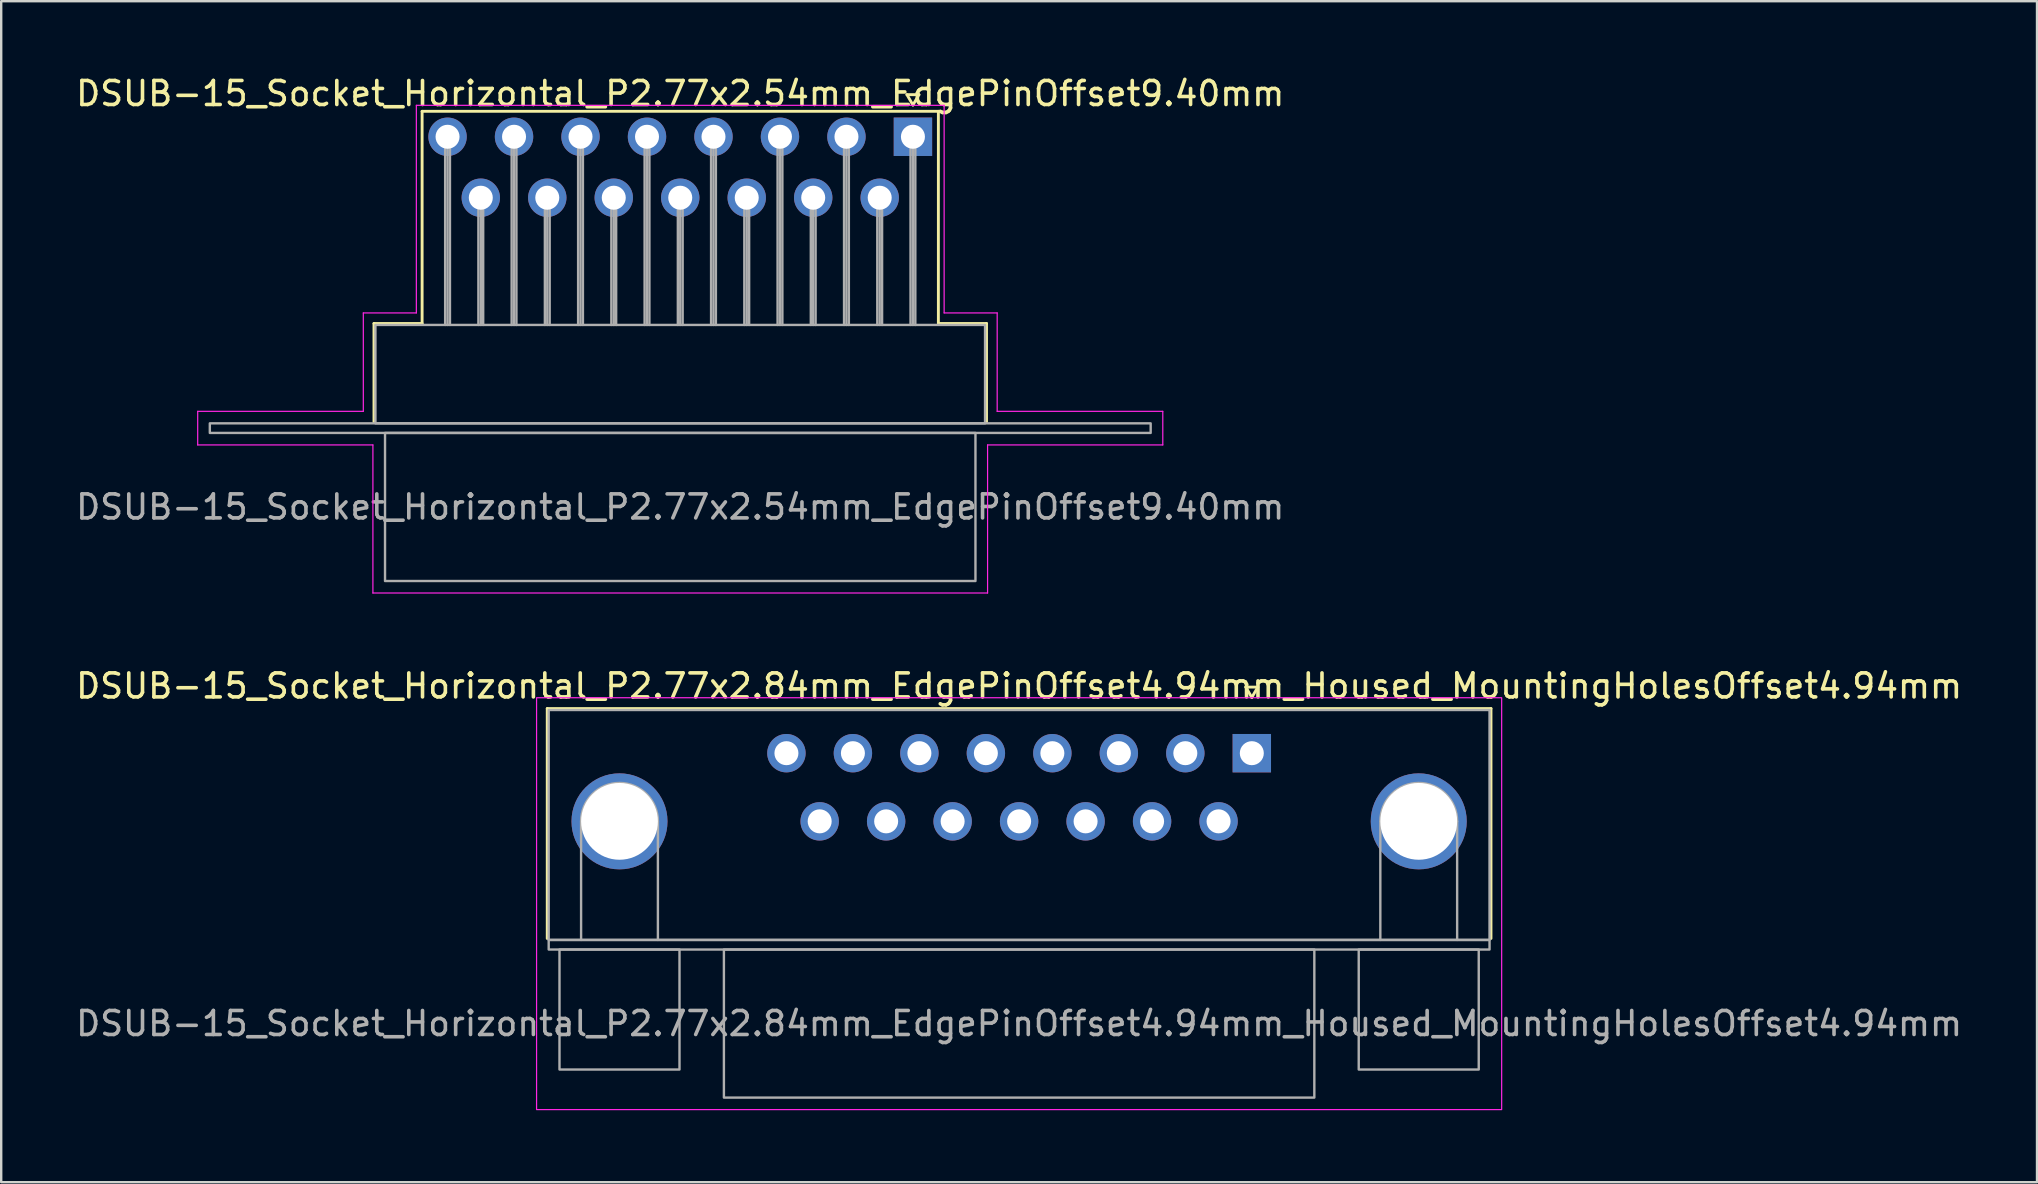
<source format=kicad_pcb>
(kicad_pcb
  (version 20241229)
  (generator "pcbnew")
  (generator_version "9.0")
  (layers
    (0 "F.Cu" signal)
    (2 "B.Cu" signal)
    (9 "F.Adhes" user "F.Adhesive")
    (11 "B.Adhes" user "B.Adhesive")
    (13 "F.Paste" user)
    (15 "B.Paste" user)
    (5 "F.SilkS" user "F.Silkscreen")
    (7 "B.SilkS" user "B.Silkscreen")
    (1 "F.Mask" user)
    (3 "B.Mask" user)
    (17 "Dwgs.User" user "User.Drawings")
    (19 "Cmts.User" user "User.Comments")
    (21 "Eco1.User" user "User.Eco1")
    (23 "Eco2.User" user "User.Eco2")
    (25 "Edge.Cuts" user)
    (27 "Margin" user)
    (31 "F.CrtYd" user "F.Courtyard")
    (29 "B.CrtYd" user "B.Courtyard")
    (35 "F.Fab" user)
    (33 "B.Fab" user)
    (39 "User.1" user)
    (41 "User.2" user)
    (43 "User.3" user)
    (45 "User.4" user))
  (footprint "DSUB-15_Socket_Horizontal_P2.77x2.54mm_EdgePinOffset9.40mm"
    (layer "F.Cu")
    (at 34.987 2.648)
    (property "Reference" "DSUB-15_Socket_Horizontal_P2.77x2.54mm_EdgePinOffset9.40mm" (at -9.695 -1.8 0) (layer "F.SilkS") (effects (font (size 1 1) (thickness 0.15))))
    (attr through_hole)
    (fp_line (start -22.455 7.78) (end -20.45 7.78) (stroke (width 0.12) (type solid)) (layer "F.SilkS"))
    (fp_line (start -22.455 11.88) (end -22.455 7.78) (stroke (width 0.12) (type solid)) (layer "F.SilkS"))
    (fp_line (start -20.45 -1.06) (end 1.06 -1.06) (stroke (width 0.12) (type solid)) (layer "F.SilkS"))
    (fp_line (start -20.45 7.78) (end -20.45 -1.06) (stroke (width 0.12) (type solid)) (layer "F.SilkS"))
    (fp_line (start -0.25 -1.754) (end 0.25 -1.754) (stroke (width 0.12) (type solid)) (layer "F.SilkS"))
    (fp_line (start 0 -1.321) (end -0.25 -1.754) (stroke (width 0.12) (type solid)) (layer "F.SilkS"))
    (fp_line (start 0.25 -1.754) (end 0 -1.321) (stroke (width 0.12) (type solid)) (layer "F.SilkS"))
    (fp_line (start 1.06 -1.06) (end 1.06 7.78) (stroke (width 0.12) (type solid)) (layer "F.SilkS"))
    (fp_line (start 1.06 7.78) (end 3.065 7.78) (stroke (width 0.12) (type solid)) (layer "F.SilkS"))
    (fp_line (start 3.065 7.78) (end 3.065 11.88) (stroke (width 0.12) (type solid)) (layer "F.SilkS"))
    (fp_line (start -29.8 11.44) (end -22.9 11.44) (stroke (width 0.05) (type solid)) (layer "F.CrtYd"))
    (fp_line (start -29.8 12.84) (end -29.8 11.44) (stroke (width 0.05) (type solid)) (layer "F.CrtYd"))
    (fp_line (start -22.9 7.34) (end -20.69 7.34) (stroke (width 0.05) (type solid)) (layer "F.CrtYd"))
    (fp_line (start -22.9 11.44) (end -22.9 7.34) (stroke (width 0.05) (type solid)) (layer "F.CrtYd"))
    (fp_line (start -22.5 12.84) (end -29.8 12.84) (stroke (width 0.05) (type solid)) (layer "F.CrtYd"))
    (fp_line (start -22.5 19.01) (end -22.5 12.84) (stroke (width 0.05) (type solid)) (layer "F.CrtYd"))
    (fp_line (start -20.69 -1.31) (end 1.3 -1.31) (stroke (width 0.05) (type solid)) (layer "F.CrtYd"))
    (fp_line (start -20.69 7.34) (end -20.69 -1.31) (stroke (width 0.05) (type solid)) (layer "F.CrtYd"))
    (fp_line (start 1.3 -1.31) (end 1.3 7.34) (stroke (width 0.05) (type solid)) (layer "F.CrtYd"))
    (fp_line (start 1.3 7.34) (end 3.51 7.34) (stroke (width 0.05) (type solid)) (layer "F.CrtYd"))
    (fp_line (start 3.11 12.84) (end 3.11 19.01) (stroke (width 0.05) (type solid)) (layer "F.CrtYd"))
    (fp_line (start 3.11 19.01) (end -22.5 19.01) (stroke (width 0.05) (type solid)) (layer "F.CrtYd"))
    (fp_line (start 3.51 7.34) (end 3.51 11.44) (stroke (width 0.05) (type solid)) (layer "F.CrtYd"))
    (fp_line (start 3.51 11.44) (end 10.41 11.44) (stroke (width 0.05) (type solid)) (layer "F.CrtYd"))
    (fp_line (start 10.41 11.44) (end 10.41 12.84) (stroke (width 0.05) (type solid)) (layer "F.CrtYd"))
    (fp_line (start 10.41 12.84) (end 3.11 12.84) (stroke (width 0.05) (type solid)) (layer "F.CrtYd"))
    (fp_line (start -19.49 0) (end -19.49 7.84) (stroke (width 0.1) (type solid)) (layer "F.Fab"))
    (fp_line (start -19.39 0) (end -19.39 7.84) (stroke (width 0.1) (type solid)) (layer "F.Fab"))
    (fp_line (start -19.29 0) (end -19.29 7.84) (stroke (width 0.1) (type solid)) (layer "F.Fab"))
    (fp_line (start -18.105 2.54) (end -18.105 7.84) (stroke (width 0.1) (type solid)) (layer "F.Fab"))
    (fp_line (start -18.005 2.54) (end -18.005 7.84) (stroke (width 0.1) (type solid)) (layer "F.Fab"))
    (fp_line (start -17.905 2.54) (end -17.905 7.84) (stroke (width 0.1) (type solid)) (layer "F.Fab"))
    (fp_line (start -16.72 0) (end -16.72 7.84) (stroke (width 0.1) (type solid)) (layer "F.Fab"))
    (fp_line (start -16.62 0) (end -16.62 7.84) (stroke (width 0.1) (type solid)) (layer "F.Fab"))
    (fp_line (start -16.52 0) (end -16.52 7.84) (stroke (width 0.1) (type solid)) (layer "F.Fab"))
    (fp_line (start -15.335 2.54) (end -15.335 7.84) (stroke (width 0.1) (type solid)) (layer "F.Fab"))
    (fp_line (start -15.235 2.54) (end -15.235 7.84) (stroke (width 0.1) (type solid)) (layer "F.Fab"))
    (fp_line (start -15.135 2.54) (end -15.135 7.84) (stroke (width 0.1) (type solid)) (layer "F.Fab"))
    (fp_line (start -13.95 0) (end -13.95 7.84) (stroke (width 0.1) (type solid)) (layer "F.Fab"))
    (fp_line (start -13.85 0) (end -13.85 7.84) (stroke (width 0.1) (type solid)) (layer "F.Fab"))
    (fp_line (start -13.75 0) (end -13.75 7.84) (stroke (width 0.1) (type solid)) (layer "F.Fab"))
    (fp_line (start -12.565 2.54) (end -12.565 7.84) (stroke (width 0.1) (type solid)) (layer "F.Fab"))
    (fp_line (start -12.465 2.54) (end -12.465 7.84) (stroke (width 0.1) (type solid)) (layer "F.Fab"))
    (fp_line (start -12.365 2.54) (end -12.365 7.84) (stroke (width 0.1) (type solid)) (layer "F.Fab"))
    (fp_line (start -11.18 0) (end -11.18 7.84) (stroke (width 0.1) (type solid)) (layer "F.Fab"))
    (fp_line (start -11.08 0) (end -11.08 7.84) (stroke (width 0.1) (type solid)) (layer "F.Fab"))
    (fp_line (start -10.98 0) (end -10.98 7.84) (stroke (width 0.1) (type solid)) (layer "F.Fab"))
    (fp_line (start -9.795 2.54) (end -9.795 7.84) (stroke (width 0.1) (type solid)) (layer "F.Fab"))
    (fp_line (start -9.695 2.54) (end -9.695 7.84) (stroke (width 0.1) (type solid)) (layer "F.Fab"))
    (fp_line (start -9.595 2.54) (end -9.595 7.84) (stroke (width 0.1) (type solid)) (layer "F.Fab"))
    (fp_line (start -8.41 0) (end -8.41 7.84) (stroke (width 0.1) (type solid)) (layer "F.Fab"))
    (fp_line (start -8.31 0) (end -8.31 7.84) (stroke (width 0.1) (type solid)) (layer "F.Fab"))
    (fp_line (start -8.21 0) (end -8.21 7.84) (stroke (width 0.1) (type solid)) (layer "F.Fab"))
    (fp_line (start -7.025 2.54) (end -7.025 7.84) (stroke (width 0.1) (type solid)) (layer "F.Fab"))
    (fp_line (start -6.925 2.54) (end -6.925 7.84) (stroke (width 0.1) (type solid)) (layer "F.Fab"))
    (fp_line (start -6.825 2.54) (end -6.825 7.84) (stroke (width 0.1) (type solid)) (layer "F.Fab"))
    (fp_line (start -5.64 0) (end -5.64 7.84) (stroke (width 0.1) (type solid)) (layer "F.Fab"))
    (fp_line (start -5.54 0) (end -5.54 7.84) (stroke (width 0.1) (type solid)) (layer "F.Fab"))
    (fp_line (start -5.44 0) (end -5.44 7.84) (stroke (width 0.1) (type solid)) (layer "F.Fab"))
    (fp_line (start -4.255 2.54) (end -4.255 7.84) (stroke (width 0.1) (type solid)) (layer "F.Fab"))
    (fp_line (start -4.155 2.54) (end -4.155 7.84) (stroke (width 0.1) (type solid)) (layer "F.Fab"))
    (fp_line (start -4.055 2.54) (end -4.055 7.84) (stroke (width 0.1) (type solid)) (layer "F.Fab"))
    (fp_line (start -2.87 0) (end -2.87 7.84) (stroke (width 0.1) (type solid)) (layer "F.Fab"))
    (fp_line (start -2.77 0) (end -2.77 7.84) (stroke (width 0.1) (type solid)) (layer "F.Fab"))
    (fp_line (start -2.67 0) (end -2.67 7.84) (stroke (width 0.1) (type solid)) (layer "F.Fab"))
    (fp_line (start -1.485 2.54) (end -1.485 7.84) (stroke (width 0.1) (type solid)) (layer "F.Fab"))
    (fp_line (start -1.385 2.54) (end -1.385 7.84) (stroke (width 0.1) (type solid)) (layer "F.Fab"))
    (fp_line (start -1.285 2.54) (end -1.285 7.84) (stroke (width 0.1) (type solid)) (layer "F.Fab"))
    (fp_line (start -0.1 0) (end -0.1 7.84) (stroke (width 0.1) (type solid)) (layer "F.Fab"))
    (fp_line (start 0 0) (end 0 7.84) (stroke (width 0.1) (type solid)) (layer "F.Fab"))
    (fp_line (start 0.1 0) (end 0.1 7.84) (stroke (width 0.1) (type solid)) (layer "F.Fab"))
    (fp_rect (start -29.295 11.94) (end 9.905 12.34) (stroke (width 0.1) (type solid)) (fill no) (layer "F.Fab"))
    (fp_rect (start -22.395 7.84) (end 3.005 11.94) (stroke (width 0.1) (type solid)) (fill no) (layer "F.Fab"))
    (fp_rect (start -21.995 12.34) (end 2.605 18.51) (stroke (width 0.1) (type solid)) (fill no) (layer "F.Fab"))
    (fp_text user "${REFERENCE}" (at -9.695 15.425 0) (layer "F.Fab") (effects (font (size 1 1) (thickness 0.15))))
    (pad "1" thru_hole rect (at 0 0) (size 1.6 1.6) (drill 1) (layers "*.Cu" "*.Mask"))
    (pad "2" thru_hole circle (at -2.77 0) (size 1.6 1.6) (drill 1) (layers "*.Cu" "*.Mask"))
    (pad "3" thru_hole circle (at -5.54 0) (size 1.6 1.6) (drill 1) (layers "*.Cu" "*.Mask"))
    (pad "4" thru_hole circle (at -8.31 0) (size 1.6 1.6) (drill 1) (layers "*.Cu" "*.Mask"))
    (pad "5" thru_hole circle (at -11.08 0) (size 1.6 1.6) (drill 1) (layers "*.Cu" "*.Mask"))
    (pad "6" thru_hole circle (at -13.85 0) (size 1.6 1.6) (drill 1) (layers "*.Cu" "*.Mask"))
    (pad "7" thru_hole circle (at -16.62 0) (size 1.6 1.6) (drill 1) (layers "*.Cu" "*.Mask"))
    (pad "8" thru_hole circle (at -19.39 0) (size 1.6 1.6) (drill 1) (layers "*.Cu" "*.Mask"))
    (pad "9" thru_hole circle (at -1.385 2.54) (size 1.6 1.6) (drill 1) (layers "*.Cu" "*.Mask"))
    (pad "10" thru_hole circle (at -4.155 2.54) (size 1.6 1.6) (drill 1) (layers "*.Cu" "*.Mask"))
    (pad "11" thru_hole circle (at -6.925 2.54) (size 1.6 1.6) (drill 1) (layers "*.Cu" "*.Mask"))
    (pad "12" thru_hole circle (at -9.695 2.54) (size 1.6 1.6) (drill 1) (layers "*.Cu" "*.Mask"))
    (pad "13" thru_hole circle (at -12.465 2.54) (size 1.6 1.6) (drill 1) (layers "*.Cu" "*.Mask"))
    (pad "14" thru_hole circle (at -15.235 2.54) (size 1.6 1.6) (drill 1) (layers "*.Cu" "*.Mask"))
    (pad "15" thru_hole circle (at -18.005 2.54) (size 1.6 1.6) (drill 1) (layers "*.Cu" "*.Mask")))
  (footprint "DSUB-15_Socket_Horizontal_P2.77x2.84mm_EdgePinOffset4.94mm_Housed_MountingHolesOffset4.94mm"
    (layer "F.Cu")
    (at 49.106 28.331)
    (property "Reference" "DSUB-15_Socket_Horizontal_P2.77x2.84mm_EdgePinOffset4.94mm_Housed_MountingHolesOffset4.94mm" (at -9.695 -2.8 0) (layer "F.SilkS") (effects (font (size 1 1) (thickness 0.15))))
    (attr through_hole)
    (fp_line (start -29.355 -1.86) (end 9.965 -1.86) (stroke (width 0.12) (type solid)) (layer "F.SilkS"))
    (fp_line (start -29.355 7.72) (end -29.355 -1.86) (stroke (width 0.12) (type solid)) (layer "F.SilkS"))
    (fp_line (start -0.25 -2.754) (end 0.25 -2.754) (stroke (width 0.12) (type solid)) (layer "F.SilkS"))
    (fp_line (start 0 -2.321) (end -0.25 -2.754) (stroke (width 0.12) (type solid)) (layer "F.SilkS"))
    (fp_line (start 0.25 -2.754) (end 0 -2.321) (stroke (width 0.12) (type solid)) (layer "F.SilkS"))
    (fp_line (start 9.965 -1.86) (end 9.965 7.72) (stroke (width 0.12) (type solid)) (layer "F.SilkS"))
    (fp_rect (start -29.8 -2.31) (end 10.41 14.85) (stroke (width 0.05) (type solid)) (fill no) (layer "F.CrtYd"))
    (fp_line (start -27.945 7.78) (end -27.945 2.84) (stroke (width 0.1) (type solid)) (layer "F.Fab"))
    (fp_line (start -24.745 7.78) (end -24.745 2.84) (stroke (width 0.1) (type solid)) (layer "F.Fab"))
    (fp_line (start 5.355 7.78) (end 5.355 2.84) (stroke (width 0.1) (type solid)) (layer "F.Fab"))
    (fp_line (start 8.555 7.78) (end 8.555 2.84) (stroke (width 0.1) (type solid)) (layer "F.Fab"))
    (fp_rect (start -29.295 -1.8) (end 9.905 7.78) (stroke (width 0.1) (type solid)) (fill no) (layer "F.Fab"))
    (fp_rect (start -29.295 7.78) (end 9.905 8.18) (stroke (width 0.1) (type solid)) (fill no) (layer "F.Fab"))
    (fp_rect (start -28.845 8.18) (end -23.845 13.18) (stroke (width 0.1) (type solid)) (fill no) (layer "F.Fab"))
    (fp_rect (start -21.995 8.18) (end 2.605 14.35) (stroke (width 0.1) (type solid)) (fill no) (layer "F.Fab"))
    (fp_rect (start 4.455 8.18) (end 9.455 13.18) (stroke (width 0.1) (type solid)) (fill no) (layer "F.Fab"))
    (fp_arc (start -27.945 2.84) (mid -26.345 1.24) (end -24.745 2.84) (stroke (width 0.1) (type solid)) (layer "F.Fab"))
    (fp_arc (start 5.355 2.84) (mid 6.955 1.24) (end 8.555 2.84) (stroke (width 0.1) (type solid)) (layer "F.Fab"))
    (fp_text user "${REFERENCE}" (at -9.695 11.265 0) (layer "F.Fab") (effects (font (size 1 1) (thickness 0.15))))
    (pad "1" thru_hole rect (at 0 0) (size 1.6 1.6) (drill 1) (layers "*.Cu" "*.Mask"))
    (pad "2" thru_hole circle (at -2.77 0) (size 1.6 1.6) (drill 1) (layers "*.Cu" "*.Mask"))
    (pad "3" thru_hole circle (at -5.54 0) (size 1.6 1.6) (drill 1) (layers "*.Cu" "*.Mask"))
    (pad "4" thru_hole circle (at -8.31 0) (size 1.6 1.6) (drill 1) (layers "*.Cu" "*.Mask"))
    (pad "5" thru_hole circle (at -11.08 0) (size 1.6 1.6) (drill 1) (layers "*.Cu" "*.Mask"))
    (pad "6" thru_hole circle (at -13.85 0) (size 1.6 1.6) (drill 1) (layers "*.Cu" "*.Mask"))
    (pad "7" thru_hole circle (at -16.62 0) (size 1.6 1.6) (drill 1) (layers "*.Cu" "*.Mask"))
    (pad "8" thru_hole circle (at -19.39 0) (size 1.6 1.6) (drill 1) (layers "*.Cu" "*.Mask"))
    (pad "9" thru_hole circle (at -1.385 2.84) (size 1.6 1.6) (drill 1) (layers "*.Cu" "*.Mask"))
    (pad "10" thru_hole circle (at -4.155 2.84) (size 1.6 1.6) (drill 1) (layers "*.Cu" "*.Mask"))
    (pad "11" thru_hole circle (at -6.925 2.84) (size 1.6 1.6) (drill 1) (layers "*.Cu" "*.Mask"))
    (pad "12" thru_hole circle (at -9.695 2.84) (size 1.6 1.6) (drill 1) (layers "*.Cu" "*.Mask"))
    (pad "13" thru_hole circle (at -12.465 2.84) (size 1.6 1.6) (drill 1) (layers "*.Cu" "*.Mask"))
    (pad "14" thru_hole circle (at -15.235 2.84) (size 1.6 1.6) (drill 1) (layers "*.Cu" "*.Mask"))
    (pad "15" thru_hole circle (at -18.005 2.84) (size 1.6 1.6) (drill 1) (layers "*.Cu" "*.Mask"))
    (pad "SH" thru_hole circle (at -26.345 2.84) (size 4 4) (drill 3.2) (layers "*.Cu" "*.Mask"))
    (pad "SH" thru_hole circle (at 6.955 2.84) (size 4 4) (drill 3.2) (layers "*.Cu" "*.Mask")))
  (gr_rect
    (start -3 -3)
    (end 81.821 46.206)
    (stroke (width 0.1) (type default))
    (fill no)
    (layer "Edge.Cuts")))
</source>
